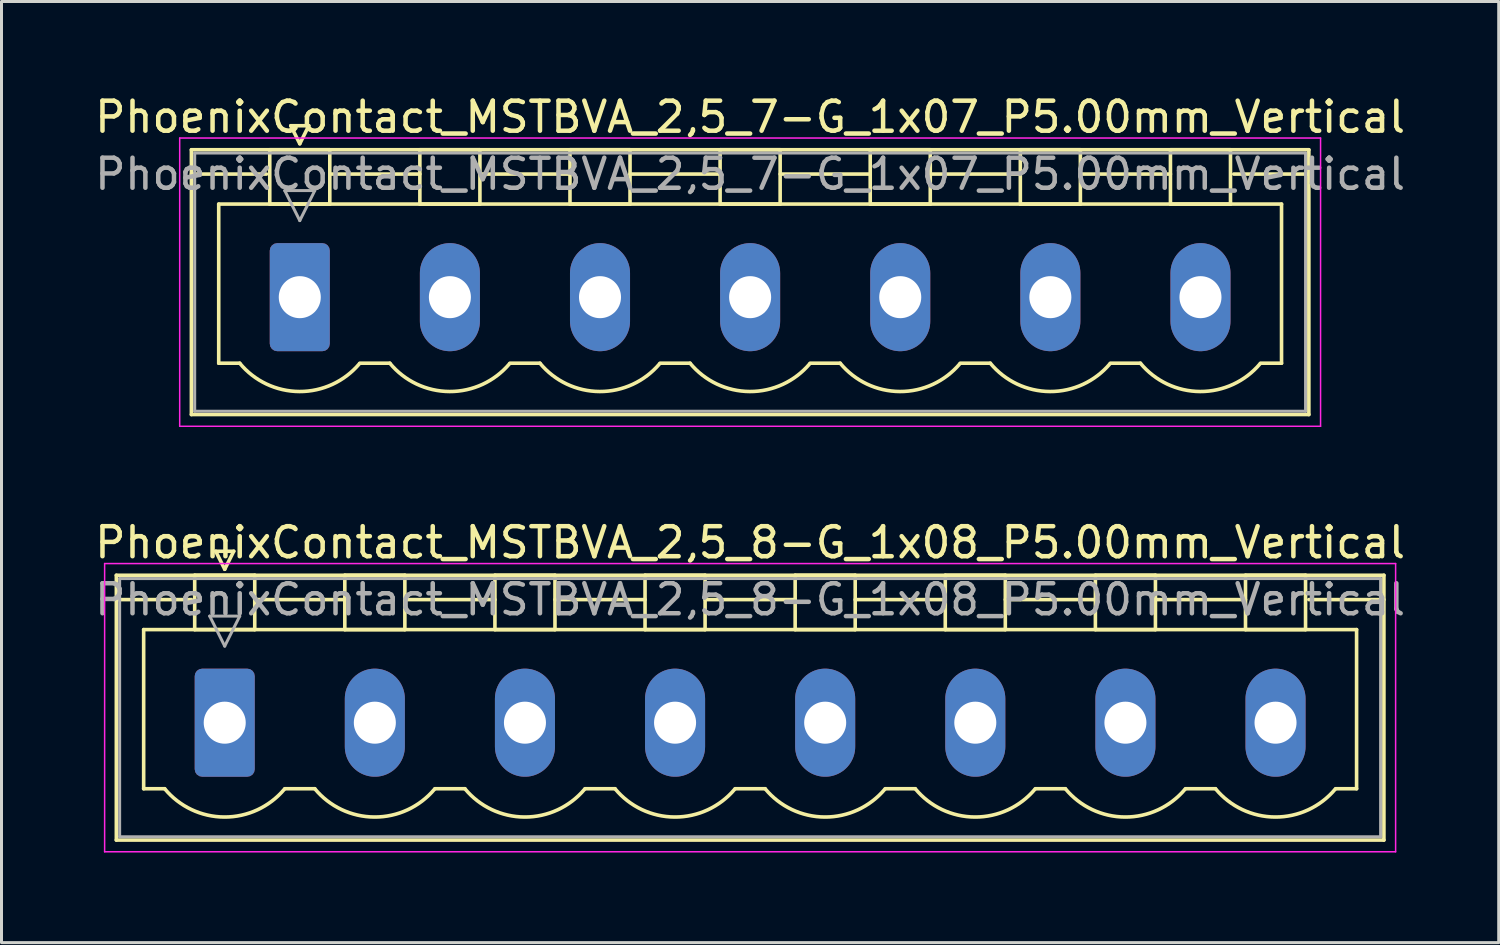
<source format=kicad_pcb>
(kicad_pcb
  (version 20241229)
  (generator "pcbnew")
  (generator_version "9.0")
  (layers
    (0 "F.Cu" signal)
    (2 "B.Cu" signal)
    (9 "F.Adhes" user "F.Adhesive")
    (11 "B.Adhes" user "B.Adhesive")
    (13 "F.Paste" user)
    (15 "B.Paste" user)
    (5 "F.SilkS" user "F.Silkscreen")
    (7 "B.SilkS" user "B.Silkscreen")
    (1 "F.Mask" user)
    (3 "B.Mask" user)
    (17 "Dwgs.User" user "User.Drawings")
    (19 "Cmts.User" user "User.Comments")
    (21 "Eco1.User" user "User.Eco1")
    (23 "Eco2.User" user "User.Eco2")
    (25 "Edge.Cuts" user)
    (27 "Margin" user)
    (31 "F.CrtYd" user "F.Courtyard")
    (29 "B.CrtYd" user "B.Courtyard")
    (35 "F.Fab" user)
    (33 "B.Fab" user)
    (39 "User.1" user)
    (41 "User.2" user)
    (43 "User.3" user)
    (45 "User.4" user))
  (footprint "PhoenixContact_MSTBVA_2,5_8-G_1x08_P5.00mm_Vertical"
    (layer "F.Cu")
    (at 4.435 21.021)
    (property "Reference" "PhoenixContact_MSTBVA_2,5_8-G_1x08_P5.00mm_Vertical" (at 17.5 -6 0) (layer "F.SilkS") (effects (font (size 1 1) (thickness 0.15))))
    (attr through_hole)
    (fp_line (start -3.61 -4.91) (end -3.61 3.91) (stroke (width 0.12) (type solid)) (layer "F.SilkS"))
    (fp_line (start -3.61 -4.1) (end -1.11 -4.1) (stroke (width 0.12) (type solid)) (layer "F.SilkS"))
    (fp_line (start -3.61 3.91) (end 38.61 3.91) (stroke (width 0.12) (type solid)) (layer "F.SilkS"))
    (fp_line (start -2.7 -3.1) (end 37.7 -3.1) (stroke (width 0.12) (type solid)) (layer "F.SilkS"))
    (fp_line (start -2.7 2.2) (end -2.7 -3.1) (stroke (width 0.12) (type solid)) (layer "F.SilkS"))
    (fp_line (start -2 2.2) (end -2.7 2.2) (stroke (width 0.12) (type solid)) (layer "F.SilkS"))
    (fp_line (start -1 -4.91) (end 1 -4.91) (stroke (width 0.12) (type solid)) (layer "F.SilkS"))
    (fp_line (start -1 -3.1) (end -1 -4.91) (stroke (width 0.12) (type solid)) (layer "F.SilkS"))
    (fp_line (start -0.3 -5.71) (end 0.3 -5.71) (stroke (width 0.12) (type solid)) (layer "F.SilkS"))
    (fp_line (start 0 -5.11) (end -0.3 -5.71) (stroke (width 0.12) (type solid)) (layer "F.SilkS"))
    (fp_line (start 0.3 -5.71) (end 0 -5.11) (stroke (width 0.12) (type solid)) (layer "F.SilkS"))
    (fp_line (start 1 -4.91) (end 1 -3.1) (stroke (width 0.12) (type solid)) (layer "F.SilkS"))
    (fp_line (start 1 -4.1) (end 4 -4.1) (stroke (width 0.12) (type solid)) (layer "F.SilkS"))
    (fp_line (start 1 -3.1) (end -1 -3.1) (stroke (width 0.12) (type solid)) (layer "F.SilkS"))
    (fp_line (start 2 2.2) (end 3 2.2) (stroke (width 0.12) (type solid)) (layer "F.SilkS"))
    (fp_line (start 4 -4.91) (end 6 -4.91) (stroke (width 0.12) (type solid)) (layer "F.SilkS"))
    (fp_line (start 4 -3.1) (end 4 -4.91) (stroke (width 0.12) (type solid)) (layer "F.SilkS"))
    (fp_line (start 6 -4.91) (end 6 -3.1) (stroke (width 0.12) (type solid)) (layer "F.SilkS"))
    (fp_line (start 6 -4.1) (end 9 -4.1) (stroke (width 0.12) (type solid)) (layer "F.SilkS"))
    (fp_line (start 6 -3.1) (end 4 -3.1) (stroke (width 0.12) (type solid)) (layer "F.SilkS"))
    (fp_line (start 7 2.2) (end 8 2.2) (stroke (width 0.12) (type solid)) (layer "F.SilkS"))
    (fp_line (start 9 -4.91) (end 11 -4.91) (stroke (width 0.12) (type solid)) (layer "F.SilkS"))
    (fp_line (start 9 -3.1) (end 9 -4.91) (stroke (width 0.12) (type solid)) (layer "F.SilkS"))
    (fp_line (start 11 -4.91) (end 11 -3.1) (stroke (width 0.12) (type solid)) (layer "F.SilkS"))
    (fp_line (start 11 -4.1) (end 14 -4.1) (stroke (width 0.12) (type solid)) (layer "F.SilkS"))
    (fp_line (start 11 -3.1) (end 9 -3.1) (stroke (width 0.12) (type solid)) (layer "F.SilkS"))
    (fp_line (start 12 2.2) (end 13 2.2) (stroke (width 0.12) (type solid)) (layer "F.SilkS"))
    (fp_line (start 14 -4.91) (end 16 -4.91) (stroke (width 0.12) (type solid)) (layer "F.SilkS"))
    (fp_line (start 14 -3.1) (end 14 -4.91) (stroke (width 0.12) (type solid)) (layer "F.SilkS"))
    (fp_line (start 16 -4.91) (end 16 -3.1) (stroke (width 0.12) (type solid)) (layer "F.SilkS"))
    (fp_line (start 16 -4.1) (end 19 -4.1) (stroke (width 0.12) (type solid)) (layer "F.SilkS"))
    (fp_line (start 16 -3.1) (end 14 -3.1) (stroke (width 0.12) (type solid)) (layer "F.SilkS"))
    (fp_line (start 17 2.2) (end 18 2.2) (stroke (width 0.12) (type solid)) (layer "F.SilkS"))
    (fp_line (start 19 -4.91) (end 21 -4.91) (stroke (width 0.12) (type solid)) (layer "F.SilkS"))
    (fp_line (start 19 -3.1) (end 19 -4.91) (stroke (width 0.12) (type solid)) (layer "F.SilkS"))
    (fp_line (start 21 -4.91) (end 21 -3.1) (stroke (width 0.12) (type solid)) (layer "F.SilkS"))
    (fp_line (start 21 -4.1) (end 24 -4.1) (stroke (width 0.12) (type solid)) (layer "F.SilkS"))
    (fp_line (start 21 -3.1) (end 19 -3.1) (stroke (width 0.12) (type solid)) (layer "F.SilkS"))
    (fp_line (start 22 2.2) (end 23 2.2) (stroke (width 0.12) (type solid)) (layer "F.SilkS"))
    (fp_line (start 24 -4.91) (end 26 -4.91) (stroke (width 0.12) (type solid)) (layer "F.SilkS"))
    (fp_line (start 24 -3.1) (end 24 -4.91) (stroke (width 0.12) (type solid)) (layer "F.SilkS"))
    (fp_line (start 26 -4.91) (end 26 -3.1) (stroke (width 0.12) (type solid)) (layer "F.SilkS"))
    (fp_line (start 26 -4.1) (end 29 -4.1) (stroke (width 0.12) (type solid)) (layer "F.SilkS"))
    (fp_line (start 26 -3.1) (end 24 -3.1) (stroke (width 0.12) (type solid)) (layer "F.SilkS"))
    (fp_line (start 27 2.2) (end 28 2.2) (stroke (width 0.12) (type solid)) (layer "F.SilkS"))
    (fp_line (start 29 -4.91) (end 31 -4.91) (stroke (width 0.12) (type solid)) (layer "F.SilkS"))
    (fp_line (start 29 -3.1) (end 29 -4.91) (stroke (width 0.12) (type solid)) (layer "F.SilkS"))
    (fp_line (start 31 -4.91) (end 31 -3.1) (stroke (width 0.12) (type solid)) (layer "F.SilkS"))
    (fp_line (start 31 -4.1) (end 34 -4.1) (stroke (width 0.12) (type solid)) (layer "F.SilkS"))
    (fp_line (start 31 -3.1) (end 29 -3.1) (stroke (width 0.12) (type solid)) (layer "F.SilkS"))
    (fp_line (start 32 2.2) (end 33 2.2) (stroke (width 0.12) (type solid)) (layer "F.SilkS"))
    (fp_line (start 34 -4.91) (end 36 -4.91) (stroke (width 0.12) (type solid)) (layer "F.SilkS"))
    (fp_line (start 34 -3.1) (end 34 -4.91) (stroke (width 0.12) (type solid)) (layer "F.SilkS"))
    (fp_line (start 36 -4.91) (end 36 -3.1) (stroke (width 0.12) (type solid)) (layer "F.SilkS"))
    (fp_line (start 36 -3.1) (end 34 -3.1) (stroke (width 0.12) (type solid)) (layer "F.SilkS"))
    (fp_line (start 37.7 -3.1) (end 37.7 2.2) (stroke (width 0.12) (type solid)) (layer "F.SilkS"))
    (fp_line (start 37.7 2.2) (end 37 2.2) (stroke (width 0.12) (type solid)) (layer "F.SilkS"))
    (fp_line (start 38.61 -4.91) (end -3.61 -4.91) (stroke (width 0.12) (type solid)) (layer "F.SilkS"))
    (fp_line (start 38.61 -4.1) (end 36.11 -4.1) (stroke (width 0.12) (type solid)) (layer "F.SilkS"))
    (fp_line (start 38.61 3.91) (end 38.61 -4.91) (stroke (width 0.12) (type solid)) (layer "F.SilkS"))
    (fp_arc (start 1.986842 2.215821) (mid -0.010289 3.142758) (end -2 2.2) (stroke (width 0.12) (type solid)) (layer "F.SilkS"))
    (fp_arc (start 6.986842 2.215821) (mid 4.989711 3.142758) (end 3 2.2) (stroke (width 0.12) (type solid)) (layer "F.SilkS"))
    (fp_arc (start 11.986842 2.215821) (mid 9.989711 3.142758) (end 8 2.2) (stroke (width 0.12) (type solid)) (layer "F.SilkS"))
    (fp_arc (start 16.986842 2.215821) (mid 14.989711 3.142758) (end 13 2.2) (stroke (width 0.12) (type solid)) (layer "F.SilkS"))
    (fp_arc (start 21.986842 2.215821) (mid 19.989711 3.142758) (end 18 2.2) (stroke (width 0.12) (type solid)) (layer "F.SilkS"))
    (fp_arc (start 26.986842 2.215821) (mid 24.989711 3.142758) (end 23 2.2) (stroke (width 0.12) (type solid)) (layer "F.SilkS"))
    (fp_arc (start 31.986842 2.215821) (mid 29.989711 3.142758) (end 28 2.2) (stroke (width 0.12) (type solid)) (layer "F.SilkS"))
    (fp_arc (start 36.986842 2.215821) (mid 34.989711 3.142758) (end 33 2.2) (stroke (width 0.12) (type solid)) (layer "F.SilkS"))
    (fp_line (start -4 -5.3) (end -4 4.3) (stroke (width 0.05) (type solid)) (layer "F.CrtYd"))
    (fp_line (start -4 4.3) (end 39 4.3) (stroke (width 0.05) (type solid)) (layer "F.CrtYd"))
    (fp_line (start 39 -5.3) (end -4 -5.3) (stroke (width 0.05) (type solid)) (layer "F.CrtYd"))
    (fp_line (start 39 4.3) (end 39 -5.3) (stroke (width 0.05) (type solid)) (layer "F.CrtYd"))
    (fp_line (start -3.5 -4.8) (end -3.5 3.8) (stroke (width 0.1) (type solid)) (layer "F.Fab"))
    (fp_line (start -3.5 3.8) (end 38.5 3.8) (stroke (width 0.1) (type solid)) (layer "F.Fab"))
    (fp_line (start -0.5 -3.55) (end 0.5 -3.55) (stroke (width 0.1) (type solid)) (layer "F.Fab"))
    (fp_line (start 0 -2.55) (end -0.5 -3.55) (stroke (width 0.1) (type solid)) (layer "F.Fab"))
    (fp_line (start 0.5 -3.55) (end 0 -2.55) (stroke (width 0.1) (type solid)) (layer "F.Fab"))
    (fp_line (start 38.5 -4.8) (end -3.5 -4.8) (stroke (width 0.1) (type solid)) (layer "F.Fab"))
    (fp_line (start 38.5 3.8) (end 38.5 -4.8) (stroke (width 0.1) (type solid)) (layer "F.Fab"))
    (fp_text user "${REFERENCE}" (at 17.5 -4.1 0) (layer "F.Fab") (effects (font (size 1 1) (thickness 0.15))))
    (pad "1" thru_hole roundrect (at 0 0) (size 2 3.6) (drill 1.4) (layers "*.Cu" "*.Mask") (roundrect_rratio 0.125))
    (pad "2" thru_hole oval (at 5 0) (size 2 3.6) (drill 1.4) (layers "*.Cu" "*.Mask"))
    (pad "3" thru_hole oval (at 10 0) (size 2 3.6) (drill 1.4) (layers "*.Cu" "*.Mask"))
    (pad "4" thru_hole oval (at 15 0) (size 2 3.6) (drill 1.4) (layers "*.Cu" "*.Mask"))
    (pad "5" thru_hole oval (at 20 0) (size 2 3.6) (drill 1.4) (layers "*.Cu" "*.Mask"))
    (pad "6" thru_hole oval (at 25 0) (size 2 3.6) (drill 1.4) (layers "*.Cu" "*.Mask"))
    (pad "7" thru_hole oval (at 30 0) (size 2 3.6) (drill 1.4) (layers "*.Cu" "*.Mask"))
    (pad "8" thru_hole oval (at 35 0) (size 2 3.6) (drill 1.4) (layers "*.Cu" "*.Mask")))
  (footprint "PhoenixContact_MSTBVA_2,5_7-G_1x07_P5.00mm_Vertical"
    (layer "F.Cu")
    (at 6.935 6.848)
    (property "Reference" "PhoenixContact_MSTBVA_2,5_7-G_1x07_P5.00mm_Vertical" (at 15 -6 0) (layer "F.SilkS") (effects (font (size 1 1) (thickness 0.15))))
    (attr through_hole)
    (fp_line (start -3.61 -4.91) (end -3.61 3.91) (stroke (width 0.12) (type solid)) (layer "F.SilkS"))
    (fp_line (start -3.61 -4.1) (end -1.11 -4.1) (stroke (width 0.12) (type solid)) (layer "F.SilkS"))
    (fp_line (start -3.61 3.91) (end 33.61 3.91) (stroke (width 0.12) (type solid)) (layer "F.SilkS"))
    (fp_line (start -2.7 -3.1) (end 32.7 -3.1) (stroke (width 0.12) (type solid)) (layer "F.SilkS"))
    (fp_line (start -2.7 2.2) (end -2.7 -3.1) (stroke (width 0.12) (type solid)) (layer "F.SilkS"))
    (fp_line (start -2 2.2) (end -2.7 2.2) (stroke (width 0.12) (type solid)) (layer "F.SilkS"))
    (fp_line (start -1 -4.91) (end 1 -4.91) (stroke (width 0.12) (type solid)) (layer "F.SilkS"))
    (fp_line (start -1 -3.1) (end -1 -4.91) (stroke (width 0.12) (type solid)) (layer "F.SilkS"))
    (fp_line (start -0.3 -5.71) (end 0.3 -5.71) (stroke (width 0.12) (type solid)) (layer "F.SilkS"))
    (fp_line (start 0 -5.11) (end -0.3 -5.71) (stroke (width 0.12) (type solid)) (layer "F.SilkS"))
    (fp_line (start 0.3 -5.71) (end 0 -5.11) (stroke (width 0.12) (type solid)) (layer "F.SilkS"))
    (fp_line (start 1 -4.91) (end 1 -3.1) (stroke (width 0.12) (type solid)) (layer "F.SilkS"))
    (fp_line (start 1 -4.1) (end 4 -4.1) (stroke (width 0.12) (type solid)) (layer "F.SilkS"))
    (fp_line (start 1 -3.1) (end -1 -3.1) (stroke (width 0.12) (type solid)) (layer "F.SilkS"))
    (fp_line (start 2 2.2) (end 3 2.2) (stroke (width 0.12) (type solid)) (layer "F.SilkS"))
    (fp_line (start 4 -4.91) (end 6 -4.91) (stroke (width 0.12) (type solid)) (layer "F.SilkS"))
    (fp_line (start 4 -3.1) (end 4 -4.91) (stroke (width 0.12) (type solid)) (layer "F.SilkS"))
    (fp_line (start 6 -4.91) (end 6 -3.1) (stroke (width 0.12) (type solid)) (layer "F.SilkS"))
    (fp_line (start 6 -4.1) (end 9 -4.1) (stroke (width 0.12) (type solid)) (layer "F.SilkS"))
    (fp_line (start 6 -3.1) (end 4 -3.1) (stroke (width 0.12) (type solid)) (layer "F.SilkS"))
    (fp_line (start 7 2.2) (end 8 2.2) (stroke (width 0.12) (type solid)) (layer "F.SilkS"))
    (fp_line (start 9 -4.91) (end 11 -4.91) (stroke (width 0.12) (type solid)) (layer "F.SilkS"))
    (fp_line (start 9 -3.1) (end 9 -4.91) (stroke (width 0.12) (type solid)) (layer "F.SilkS"))
    (fp_line (start 11 -4.91) (end 11 -3.1) (stroke (width 0.12) (type solid)) (layer "F.SilkS"))
    (fp_line (start 11 -4.1) (end 14 -4.1) (stroke (width 0.12) (type solid)) (layer "F.SilkS"))
    (fp_line (start 11 -3.1) (end 9 -3.1) (stroke (width 0.12) (type solid)) (layer "F.SilkS"))
    (fp_line (start 12 2.2) (end 13 2.2) (stroke (width 0.12) (type solid)) (layer "F.SilkS"))
    (fp_line (start 14 -4.91) (end 16 -4.91) (stroke (width 0.12) (type solid)) (layer "F.SilkS"))
    (fp_line (start 14 -3.1) (end 14 -4.91) (stroke (width 0.12) (type solid)) (layer "F.SilkS"))
    (fp_line (start 16 -4.91) (end 16 -3.1) (stroke (width 0.12) (type solid)) (layer "F.SilkS"))
    (fp_line (start 16 -4.1) (end 19 -4.1) (stroke (width 0.12) (type solid)) (layer "F.SilkS"))
    (fp_line (start 16 -3.1) (end 14 -3.1) (stroke (width 0.12) (type solid)) (layer "F.SilkS"))
    (fp_line (start 17 2.2) (end 18 2.2) (stroke (width 0.12) (type solid)) (layer "F.SilkS"))
    (fp_line (start 19 -4.91) (end 21 -4.91) (stroke (width 0.12) (type solid)) (layer "F.SilkS"))
    (fp_line (start 19 -3.1) (end 19 -4.91) (stroke (width 0.12) (type solid)) (layer "F.SilkS"))
    (fp_line (start 21 -4.91) (end 21 -3.1) (stroke (width 0.12) (type solid)) (layer "F.SilkS"))
    (fp_line (start 21 -4.1) (end 24 -4.1) (stroke (width 0.12) (type solid)) (layer "F.SilkS"))
    (fp_line (start 21 -3.1) (end 19 -3.1) (stroke (width 0.12) (type solid)) (layer "F.SilkS"))
    (fp_line (start 22 2.2) (end 23 2.2) (stroke (width 0.12) (type solid)) (layer "F.SilkS"))
    (fp_line (start 24 -4.91) (end 26 -4.91) (stroke (width 0.12) (type solid)) (layer "F.SilkS"))
    (fp_line (start 24 -3.1) (end 24 -4.91) (stroke (width 0.12) (type solid)) (layer "F.SilkS"))
    (fp_line (start 26 -4.91) (end 26 -3.1) (stroke (width 0.12) (type solid)) (layer "F.SilkS"))
    (fp_line (start 26 -4.1) (end 29 -4.1) (stroke (width 0.12) (type solid)) (layer "F.SilkS"))
    (fp_line (start 26 -3.1) (end 24 -3.1) (stroke (width 0.12) (type solid)) (layer "F.SilkS"))
    (fp_line (start 27 2.2) (end 28 2.2) (stroke (width 0.12) (type solid)) (layer "F.SilkS"))
    (fp_line (start 29 -4.91) (end 31 -4.91) (stroke (width 0.12) (type solid)) (layer "F.SilkS"))
    (fp_line (start 29 -3.1) (end 29 -4.91) (stroke (width 0.12) (type solid)) (layer "F.SilkS"))
    (fp_line (start 31 -4.91) (end 31 -3.1) (stroke (width 0.12) (type solid)) (layer "F.SilkS"))
    (fp_line (start 31 -3.1) (end 29 -3.1) (stroke (width 0.12) (type solid)) (layer "F.SilkS"))
    (fp_line (start 32.7 -3.1) (end 32.7 2.2) (stroke (width 0.12) (type solid)) (layer "F.SilkS"))
    (fp_line (start 32.7 2.2) (end 32 2.2) (stroke (width 0.12) (type solid)) (layer "F.SilkS"))
    (fp_line (start 33.61 -4.91) (end -3.61 -4.91) (stroke (width 0.12) (type solid)) (layer "F.SilkS"))
    (fp_line (start 33.61 -4.1) (end 31.11 -4.1) (stroke (width 0.12) (type solid)) (layer "F.SilkS"))
    (fp_line (start 33.61 3.91) (end 33.61 -4.91) (stroke (width 0.12) (type solid)) (layer "F.SilkS"))
    (fp_arc (start 1.986842 2.215821) (mid -0.010289 3.142758) (end -2 2.2) (stroke (width 0.12) (type solid)) (layer "F.SilkS"))
    (fp_arc (start 6.986842 2.215821) (mid 4.989711 3.142758) (end 3 2.2) (stroke (width 0.12) (type solid)) (layer "F.SilkS"))
    (fp_arc (start 11.986842 2.215821) (mid 9.989711 3.142758) (end 8 2.2) (stroke (width 0.12) (type solid)) (layer "F.SilkS"))
    (fp_arc (start 16.986842 2.215821) (mid 14.989711 3.142758) (end 13 2.2) (stroke (width 0.12) (type solid)) (layer "F.SilkS"))
    (fp_arc (start 21.986842 2.215821) (mid 19.989711 3.142758) (end 18 2.2) (stroke (width 0.12) (type solid)) (layer "F.SilkS"))
    (fp_arc (start 26.986842 2.215821) (mid 24.989711 3.142758) (end 23 2.2) (stroke (width 0.12) (type solid)) (layer "F.SilkS"))
    (fp_arc (start 31.986842 2.215821) (mid 29.989711 3.142758) (end 28 2.2) (stroke (width 0.12) (type solid)) (layer "F.SilkS"))
    (fp_line (start -4 -5.3) (end -4 4.3) (stroke (width 0.05) (type solid)) (layer "F.CrtYd"))
    (fp_line (start -4 4.3) (end 34 4.3) (stroke (width 0.05) (type solid)) (layer "F.CrtYd"))
    (fp_line (start 34 -5.3) (end -4 -5.3) (stroke (width 0.05) (type solid)) (layer "F.CrtYd"))
    (fp_line (start 34 4.3) (end 34 -5.3) (stroke (width 0.05) (type solid)) (layer "F.CrtYd"))
    (fp_line (start -3.5 -4.8) (end -3.5 3.8) (stroke (width 0.1) (type solid)) (layer "F.Fab"))
    (fp_line (start -3.5 3.8) (end 33.5 3.8) (stroke (width 0.1) (type solid)) (layer "F.Fab"))
    (fp_line (start -0.5 -3.55) (end 0.5 -3.55) (stroke (width 0.1) (type solid)) (layer "F.Fab"))
    (fp_line (start 0 -2.55) (end -0.5 -3.55) (stroke (width 0.1) (type solid)) (layer "F.Fab"))
    (fp_line (start 0.5 -3.55) (end 0 -2.55) (stroke (width 0.1) (type solid)) (layer "F.Fab"))
    (fp_line (start 33.5 -4.8) (end -3.5 -4.8) (stroke (width 0.1) (type solid)) (layer "F.Fab"))
    (fp_line (start 33.5 3.8) (end 33.5 -4.8) (stroke (width 0.1) (type solid)) (layer "F.Fab"))
    (fp_text user "${REFERENCE}" (at 15 -4.1 0) (layer "F.Fab") (effects (font (size 1 1) (thickness 0.15))))
    (pad "1" thru_hole roundrect (at 0 0) (size 2 3.6) (drill 1.4) (layers "*.Cu" "*.Mask") (roundrect_rratio 0.125))
    (pad "2" thru_hole oval (at 5 0) (size 2 3.6) (drill 1.4) (layers "*.Cu" "*.Mask"))
    (pad "3" thru_hole oval (at 10 0) (size 2 3.6) (drill 1.4) (layers "*.Cu" "*.Mask"))
    (pad "4" thru_hole oval (at 15 0) (size 2 3.6) (drill 1.4) (layers "*.Cu" "*.Mask"))
    (pad "5" thru_hole oval (at 20 0) (size 2 3.6) (drill 1.4) (layers "*.Cu" "*.Mask"))
    (pad "6" thru_hole oval (at 25 0) (size 2 3.6) (drill 1.4) (layers "*.Cu" "*.Mask"))
    (pad "7" thru_hole oval (at 30 0) (size 2 3.6) (drill 1.4) (layers "*.Cu" "*.Mask")))
  (gr_rect
    (start -3 -3)
    (end 46.869 28.346)
    (stroke (width 0.1) (type default))
    (fill no)
    (layer "Edge.Cuts")))
</source>
